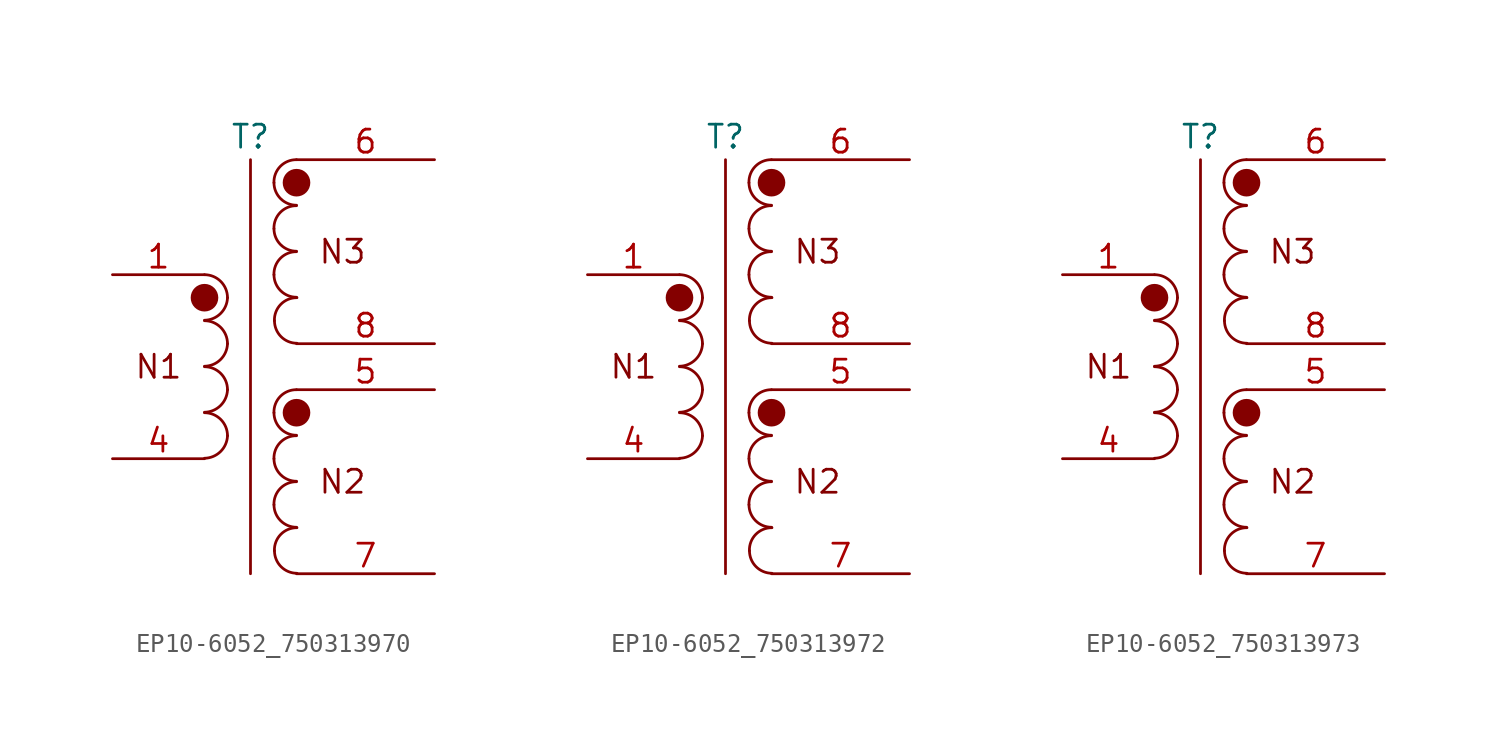
<source format=kicad_sym>
(kicad_symbol_lib
  (version 20220914)
  (generator kicad_symbol_editor)
  (symbol "EP10-6052_750313970"
    (pin_names hide)
    (property "Reference" "T"
      (at 0 12.7 0)
      (effects (font (size 1.27 1.27))))
    (property "Critical Parameter" ""
      (at 0 -5.08 0)
      (effects (font (size 1.27 1.27))))
    (symbol "EP10-6052_750313970_0_1"
      (arc (start -2.54 -5.0546) (mid -1.6561 -4.6863) (end -1.27 -3.81) (stroke (width 0) (type default)) (fill (type none)))
      (arc (start -2.54 -2.5146) (mid -1.6561 -2.1463) (end -1.27 -1.27) (stroke (width 0) (type default)) (fill (type none)))
      (arc (start -2.54 0.0254) (mid -1.6561 0.3937) (end -1.27 1.27) (stroke (width 0) (type default)) (fill (type none)))
      (arc (start -2.54 2.5654) (mid -1.6561 2.9337) (end -1.27 3.81) (stroke (width 0) (type default)) (fill (type none)))
      (arc (start -1.27 -3.81) (mid -1.642 -2.912) (end -2.54 -2.54) (stroke (width 0) (type default)) (fill (type none)))
      (arc (start -1.27 -1.27) (mid -1.642 -0.372) (end -2.54 0) (stroke (width 0) (type default)) (fill (type none)))
      (arc (start -1.27 1.27) (mid -1.642 2.168) (end -2.54 2.54) (stroke (width 0) (type default)) (fill (type none)))
      (arc (start -1.27 3.81) (mid -1.642 4.708) (end -2.54 5.08) (stroke (width 0) (type default)) (fill (type none)))
      (polyline (pts (xy 0 11.43) (xy 0 -11.43)) (stroke (width 0) (type default)) (fill (type none)))
      (arc (start 1.2954 -7.62) (mid 1.6601 -8.4999) (end 2.54 -8.8646) (stroke (width 0) (type default)) (fill (type none)))
      (arc (start 1.2954 -5.08) (mid 1.6601 -5.9599) (end 2.54 -6.3246) (stroke (width 0) (type default)) (fill (type none)))
      (arc (start 1.2954 -2.54) (mid 1.6601 -3.4199) (end 2.54 -3.7846) (stroke (width 0) (type default)) (fill (type none)))
      (arc (start 1.2954 5.08) (mid 1.6601 4.2001) (end 2.54 3.8354) (stroke (width 0) (type default)) (fill (type none)))
      (arc (start 1.2954 7.62) (mid 1.6601 6.7401) (end 2.54 6.3754) (stroke (width 0) (type default)) (fill (type none)))
      (arc (start 1.2954 10.16) (mid 1.6601 9.2801) (end 2.54 8.9154) (stroke (width 0) (type default)) (fill (type none)))
      (arc (start 1.3208 -10.16) (mid 1.6855 -11.0399) (end 2.5654 -11.4046) (stroke (width 0) (type default)) (fill (type none)))
      (arc (start 1.3208 2.54) (mid 1.6855 1.6601) (end 2.5654 1.2954) (stroke (width 0) (type default)) (fill (type none)))
      (arc (start 2.54 -6.35) (mid 1.6461 -6.7188) (end 1.2954 -7.62) (stroke (width 0) (type default)) (fill (type none)))
      (arc (start 2.54 -3.81) (mid 1.6461 -4.1788) (end 1.2954 -5.08) (stroke (width 0) (type default)) (fill (type none)))
      (arc (start 2.54 -1.27) (mid 1.6461 -1.6388) (end 1.2954 -2.54) (stroke (width 0) (type default)) (fill (type none)))
      (arc (start 2.54 6.35) (mid 1.6461 5.9812) (end 1.2954 5.08) (stroke (width 0) (type default)) (fill (type none)))
      (arc (start 2.54 8.89) (mid 1.6461 8.5212) (end 1.2954 7.62) (stroke (width 0) (type default)) (fill (type none)))
      (arc (start 2.54 11.43) (mid 1.6461 11.0612) (end 1.2954 10.16) (stroke (width 0) (type default)) (fill (type none)))
      (arc (start 2.5654 -8.89) (mid 1.6706 -9.258) (end 1.3208 -10.16) (stroke (width 0) (type default)) (fill (type none)))
      (arc (start 2.5654 3.81) (mid 1.6706 3.442) (end 1.3208 2.54) (stroke (width 0) (type default)) (fill (type none))))
    (symbol "EP10-6052_750313970_1_1"
      (circle (center -2.54 3.81) (radius 0.0001) (stroke (width 0.762) (type default)) (fill (type none)))
      (circle (center 2.54 -2.54) (radius 0.0001) (stroke (width 0.762) (type default)) (fill (type none)))
      (circle (center 2.54 10.16) (radius 0.0001) (stroke (width 0.762) (type default)) (fill (type none)))
      (text "N1" (at -5.08 0 0) (effects (font (size 1.27 1.27))))
      (text "N2" (at 5.08 -6.35 0) (effects (font (size 1.27 1.27))))
      (text "N3" (at 5.08 6.35 0) (effects (font (size 1.27 1.27))))
      (pin passive line (at -7.62 5.08 0) (length 5.08) (name "1" (effects (font (size 1.27 1.27)))) (number "1" (effects (font (size 1.27 1.27)))))
      (pin passive line (at -7.62 -5.08 0) (length 5.08) (name "4" (effects (font (size 1.27 1.27)))) (number "4" (effects (font (size 1.27 1.27)))))
      (pin passive line (at 10.16 -1.27 180) (length 7.62) (name "5" (effects (font (size 1.27 1.27)))) (number "5" (effects (font (size 1.27 1.27)))))
      (pin passive line (at 10.16 11.43 180) (length 7.62) (name "6" (effects (font (size 1.27 1.27)))) (number "6" (effects (font (size 1.27 1.27)))))
      (pin passive line (at 10.16 -11.43 180) (length 7.62) (name "7" (effects (font (size 1.27 1.27)))) (number "7" (effects (font (size 1.27 1.27)))))
      (pin passive line (at 10.16 1.27 180) (length 7.62) (name "8" (effects (font (size 1.27 1.27)))) (number "8" (effects (font (size 1.27 1.27)))))))
  (symbol "EP10-6052_750313972"
    (pin_names hide)
    (property "Reference" "T"
      (at 0 12.7 0)
      (effects (font (size 1.27 1.27))))
    (property "Critical Parameter" ""
      (at 0 -5.08 0)
      (effects (font (size 1.27 1.27))))
    (symbol "EP10-6052_750313972_0_1"
      (arc (start -2.54 -5.0546) (mid -1.6561 -4.6863) (end -1.27 -3.81) (stroke (width 0) (type default)) (fill (type none)))
      (arc (start -2.54 -2.5146) (mid -1.6561 -2.1463) (end -1.27 -1.27) (stroke (width 0) (type default)) (fill (type none)))
      (arc (start -2.54 0.0254) (mid -1.6561 0.3937) (end -1.27 1.27) (stroke (width 0) (type default)) (fill (type none)))
      (arc (start -2.54 2.5654) (mid -1.6561 2.9337) (end -1.27 3.81) (stroke (width 0) (type default)) (fill (type none)))
      (arc (start -1.27 -3.81) (mid -1.642 -2.912) (end -2.54 -2.54) (stroke (width 0) (type default)) (fill (type none)))
      (arc (start -1.27 -1.27) (mid -1.642 -0.372) (end -2.54 0) (stroke (width 0) (type default)) (fill (type none)))
      (arc (start -1.27 1.27) (mid -1.642 2.168) (end -2.54 2.54) (stroke (width 0) (type default)) (fill (type none)))
      (arc (start -1.27 3.81) (mid -1.642 4.708) (end -2.54 5.08) (stroke (width 0) (type default)) (fill (type none)))
      (polyline (pts (xy 0 11.43) (xy 0 -11.43)) (stroke (width 0) (type default)) (fill (type none)))
      (arc (start 1.2954 -7.62) (mid 1.6601 -8.4999) (end 2.54 -8.8646) (stroke (width 0) (type default)) (fill (type none)))
      (arc (start 1.2954 -5.08) (mid 1.6601 -5.9599) (end 2.54 -6.3246) (stroke (width 0) (type default)) (fill (type none)))
      (arc (start 1.2954 -2.54) (mid 1.6601 -3.4199) (end 2.54 -3.7846) (stroke (width 0) (type default)) (fill (type none)))
      (arc (start 1.2954 5.08) (mid 1.6601 4.2001) (end 2.54 3.8354) (stroke (width 0) (type default)) (fill (type none)))
      (arc (start 1.2954 7.62) (mid 1.6601 6.7401) (end 2.54 6.3754) (stroke (width 0) (type default)) (fill (type none)))
      (arc (start 1.2954 10.16) (mid 1.6601 9.2801) (end 2.54 8.9154) (stroke (width 0) (type default)) (fill (type none)))
      (arc (start 1.3208 -10.16) (mid 1.6855 -11.0399) (end 2.5654 -11.4046) (stroke (width 0) (type default)) (fill (type none)))
      (arc (start 1.3208 2.54) (mid 1.6855 1.6601) (end 2.5654 1.2954) (stroke (width 0) (type default)) (fill (type none)))
      (arc (start 2.54 -6.35) (mid 1.6461 -6.7188) (end 1.2954 -7.62) (stroke (width 0) (type default)) (fill (type none)))
      (arc (start 2.54 -3.81) (mid 1.6461 -4.1788) (end 1.2954 -5.08) (stroke (width 0) (type default)) (fill (type none)))
      (arc (start 2.54 -1.27) (mid 1.6461 -1.6388) (end 1.2954 -2.54) (stroke (width 0) (type default)) (fill (type none)))
      (arc (start 2.54 6.35) (mid 1.6461 5.9812) (end 1.2954 5.08) (stroke (width 0) (type default)) (fill (type none)))
      (arc (start 2.54 8.89) (mid 1.6461 8.5212) (end 1.2954 7.62) (stroke (width 0) (type default)) (fill (type none)))
      (arc (start 2.54 11.43) (mid 1.6461 11.0612) (end 1.2954 10.16) (stroke (width 0) (type default)) (fill (type none)))
      (arc (start 2.5654 -8.89) (mid 1.6706 -9.258) (end 1.3208 -10.16) (stroke (width 0) (type default)) (fill (type none)))
      (arc (start 2.5654 3.81) (mid 1.6706 3.442) (end 1.3208 2.54) (stroke (width 0) (type default)) (fill (type none))))
    (symbol "EP10-6052_750313972_1_1"
      (circle (center -2.54 3.81) (radius 0.0001) (stroke (width 0.762) (type default)) (fill (type none)))
      (circle (center 2.54 -2.54) (radius 0.0001) (stroke (width 0.762) (type default)) (fill (type none)))
      (circle (center 2.54 10.16) (radius 0.0001) (stroke (width 0.762) (type default)) (fill (type none)))
      (text "N1" (at -5.08 0 0) (effects (font (size 1.27 1.27))))
      (text "N2" (at 5.08 -6.35 0) (effects (font (size 1.27 1.27))))
      (text "N3" (at 5.08 6.35 0) (effects (font (size 1.27 1.27))))
      (pin passive line (at -7.62 5.08 0) (length 5.08) (name "1" (effects (font (size 1.27 1.27)))) (number "1" (effects (font (size 1.27 1.27)))))
      (pin passive line (at -7.62 -5.08 0) (length 5.08) (name "4" (effects (font (size 1.27 1.27)))) (number "4" (effects (font (size 1.27 1.27)))))
      (pin passive line (at 10.16 -1.27 180) (length 7.62) (name "5" (effects (font (size 1.27 1.27)))) (number "5" (effects (font (size 1.27 1.27)))))
      (pin passive line (at 10.16 11.43 180) (length 7.62) (name "6" (effects (font (size 1.27 1.27)))) (number "6" (effects (font (size 1.27 1.27)))))
      (pin passive line (at 10.16 -11.43 180) (length 7.62) (name "7" (effects (font (size 1.27 1.27)))) (number "7" (effects (font (size 1.27 1.27)))))
      (pin passive line (at 10.16 1.27 180) (length 7.62) (name "8" (effects (font (size 1.27 1.27)))) (number "8" (effects (font (size 1.27 1.27)))))))
  (symbol "EP10-6052_750313973"
    (pin_names hide)
    (property "Reference" "T"
      (at 0 12.7 0)
      (effects (font (size 1.27 1.27))))
    (property "Critical Parameter" ""
      (at 0 -5.08 0)
      (effects (font (size 1.27 1.27))))
    (symbol "EP10-6052_750313973_0_1"
      (arc (start -2.54 -5.0546) (mid -1.6561 -4.6863) (end -1.27 -3.81) (stroke (width 0) (type default)) (fill (type none)))
      (arc (start -2.54 -2.5146) (mid -1.6561 -2.1463) (end -1.27 -1.27) (stroke (width 0) (type default)) (fill (type none)))
      (arc (start -2.54 0.0254) (mid -1.6561 0.3937) (end -1.27 1.27) (stroke (width 0) (type default)) (fill (type none)))
      (arc (start -2.54 2.5654) (mid -1.6561 2.9337) (end -1.27 3.81) (stroke (width 0) (type default)) (fill (type none)))
      (arc (start -1.27 -3.81) (mid -1.642 -2.912) (end -2.54 -2.54) (stroke (width 0) (type default)) (fill (type none)))
      (arc (start -1.27 -1.27) (mid -1.642 -0.372) (end -2.54 0) (stroke (width 0) (type default)) (fill (type none)))
      (arc (start -1.27 1.27) (mid -1.642 2.168) (end -2.54 2.54) (stroke (width 0) (type default)) (fill (type none)))
      (arc (start -1.27 3.81) (mid -1.642 4.708) (end -2.54 5.08) (stroke (width 0) (type default)) (fill (type none)))
      (polyline (pts (xy 0 11.43) (xy 0 -11.43)) (stroke (width 0) (type default)) (fill (type none)))
      (arc (start 1.2954 -7.62) (mid 1.6601 -8.4999) (end 2.54 -8.8646) (stroke (width 0) (type default)) (fill (type none)))
      (arc (start 1.2954 -5.08) (mid 1.6601 -5.9599) (end 2.54 -6.3246) (stroke (width 0) (type default)) (fill (type none)))
      (arc (start 1.2954 -2.54) (mid 1.6601 -3.4199) (end 2.54 -3.7846) (stroke (width 0) (type default)) (fill (type none)))
      (arc (start 1.2954 5.08) (mid 1.6601 4.2001) (end 2.54 3.8354) (stroke (width 0) (type default)) (fill (type none)))
      (arc (start 1.2954 7.62) (mid 1.6601 6.7401) (end 2.54 6.3754) (stroke (width 0) (type default)) (fill (type none)))
      (arc (start 1.2954 10.16) (mid 1.6601 9.2801) (end 2.54 8.9154) (stroke (width 0) (type default)) (fill (type none)))
      (arc (start 1.3208 -10.16) (mid 1.6855 -11.0399) (end 2.5654 -11.4046) (stroke (width 0) (type default)) (fill (type none)))
      (arc (start 1.3208 2.54) (mid 1.6855 1.6601) (end 2.5654 1.2954) (stroke (width 0) (type default)) (fill (type none)))
      (arc (start 2.54 -6.35) (mid 1.6461 -6.7188) (end 1.2954 -7.62) (stroke (width 0) (type default)) (fill (type none)))
      (arc (start 2.54 -3.81) (mid 1.6461 -4.1788) (end 1.2954 -5.08) (stroke (width 0) (type default)) (fill (type none)))
      (arc (start 2.54 -1.27) (mid 1.6461 -1.6388) (end 1.2954 -2.54) (stroke (width 0) (type default)) (fill (type none)))
      (arc (start 2.54 6.35) (mid 1.6461 5.9812) (end 1.2954 5.08) (stroke (width 0) (type default)) (fill (type none)))
      (arc (start 2.54 8.89) (mid 1.6461 8.5212) (end 1.2954 7.62) (stroke (width 0) (type default)) (fill (type none)))
      (arc (start 2.54 11.43) (mid 1.6461 11.0612) (end 1.2954 10.16) (stroke (width 0) (type default)) (fill (type none)))
      (arc (start 2.5654 -8.89) (mid 1.6706 -9.258) (end 1.3208 -10.16) (stroke (width 0) (type default)) (fill (type none)))
      (arc (start 2.5654 3.81) (mid 1.6706 3.442) (end 1.3208 2.54) (stroke (width 0) (type default)) (fill (type none))))
    (symbol "EP10-6052_750313973_1_1"
      (circle (center -2.54 3.81) (radius 0.0001) (stroke (width 0.762) (type default)) (fill (type none)))
      (circle (center 2.54 -2.54) (radius 0.0001) (stroke (width 0.762) (type default)) (fill (type none)))
      (circle (center 2.54 10.16) (radius 0.0001) (stroke (width 0.762) (type default)) (fill (type none)))
      (text "N1" (at -5.08 0 0) (effects (font (size 1.27 1.27))))
      (text "N2" (at 5.08 -6.35 0) (effects (font (size 1.27 1.27))))
      (text "N3" (at 5.08 6.35 0) (effects (font (size 1.27 1.27))))
      (pin passive line (at -7.62 5.08 0) (length 5.08) (name "1" (effects (font (size 1.27 1.27)))) (number "1" (effects (font (size 1.27 1.27)))))
      (pin passive line (at -7.62 -5.08 0) (length 5.08) (name "4" (effects (font (size 1.27 1.27)))) (number "4" (effects (font (size 1.27 1.27)))))
      (pin passive line (at 10.16 -1.27 180) (length 7.62) (name "5" (effects (font (size 1.27 1.27)))) (number "5" (effects (font (size 1.27 1.27)))))
      (pin passive line (at 10.16 11.43 180) (length 7.62) (name "6" (effects (font (size 1.27 1.27)))) (number "6" (effects (font (size 1.27 1.27)))))
      (pin passive line (at 10.16 -11.43 180) (length 7.62) (name "7" (effects (font (size 1.27 1.27)))) (number "7" (effects (font (size 1.27 1.27)))))
      (pin passive line (at 10.16 1.27 180) (length 7.62) (name "8" (effects (font (size 1.27 1.27)))) (number "8" (effects (font (size 1.27 1.27))))))))
</source>
